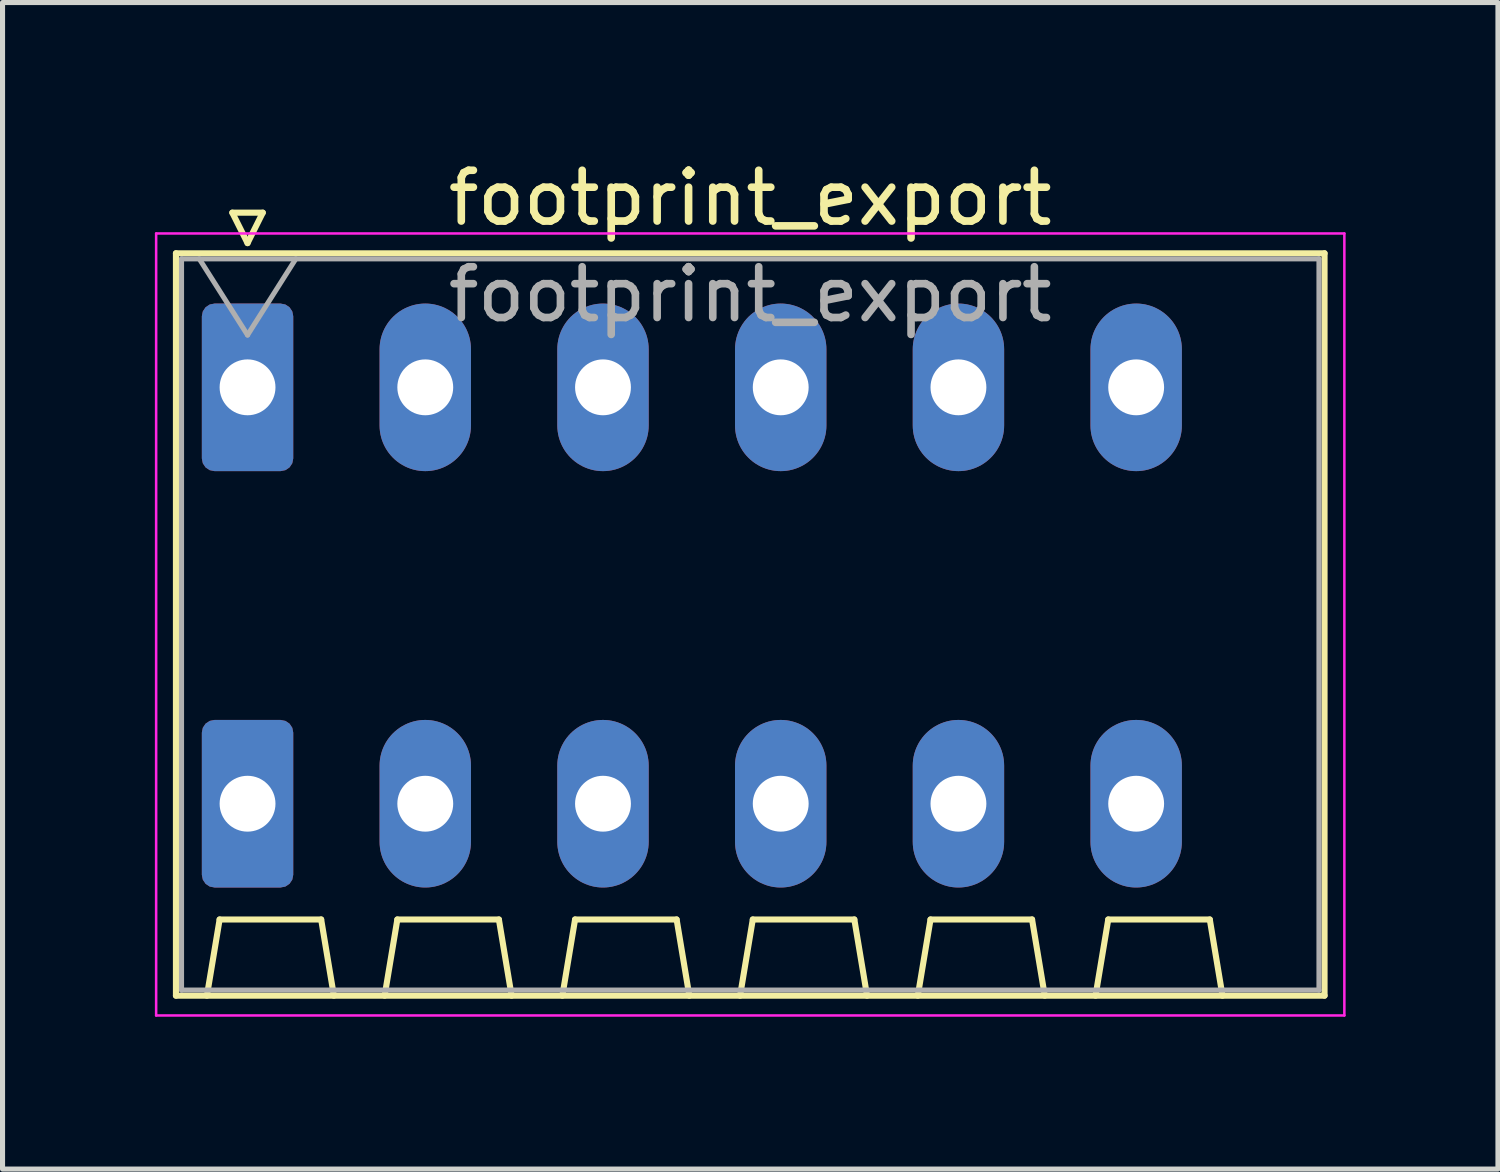
<source format=kicad_pcb>
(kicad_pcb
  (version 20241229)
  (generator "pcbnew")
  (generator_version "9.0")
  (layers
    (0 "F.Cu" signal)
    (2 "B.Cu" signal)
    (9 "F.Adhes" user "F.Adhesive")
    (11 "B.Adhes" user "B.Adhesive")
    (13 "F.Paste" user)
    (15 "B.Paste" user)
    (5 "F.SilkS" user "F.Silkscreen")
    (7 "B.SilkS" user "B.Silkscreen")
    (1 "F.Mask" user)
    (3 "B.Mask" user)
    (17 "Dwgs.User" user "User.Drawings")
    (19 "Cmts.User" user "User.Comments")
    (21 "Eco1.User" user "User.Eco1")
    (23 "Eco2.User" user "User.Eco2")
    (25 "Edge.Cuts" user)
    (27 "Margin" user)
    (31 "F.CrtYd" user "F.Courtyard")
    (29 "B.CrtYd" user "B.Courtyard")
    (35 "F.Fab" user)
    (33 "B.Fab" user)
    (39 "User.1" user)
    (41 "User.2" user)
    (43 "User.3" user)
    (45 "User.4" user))
  (footprint "footprint_export"
    (layer "F.Cu")
    (at 1.825 4.578)
    (property "Reference" "footprint_export" (at 9.9 -3.73 0) (layer "F.SilkS") (effects (font (size 1 1) (thickness 0.15))))
    (attr through_hole)
    (fp_line (start -1.41 -2.64) (end 21.21 -2.64) (stroke (width 0.12) (type solid)) (layer "F.SilkS"))
    (fp_line (start -1.41 11.98) (end -1.41 -2.64) (stroke (width 0.12) (type solid)) (layer "F.SilkS"))
    (fp_line (start -0.8 11.98) (end -0.55 10.48) (stroke (width 0.12) (type solid)) (layer "F.SilkS"))
    (fp_line (start -0.55 10.48) (end 1.45 10.48) (stroke (width 0.12) (type solid)) (layer "F.SilkS"))
    (fp_line (start -0.3 -3.44) (end 0 -2.84) (stroke (width 0.12) (type solid)) (layer "F.SilkS"))
    (fp_line (start -0.3 -3.44) (end 0.3 -3.44) (stroke (width 0.12) (type solid)) (layer "F.SilkS"))
    (fp_line (start 0.3 -3.44) (end 0 -2.84) (stroke (width 0.12) (type solid)) (layer "F.SilkS"))
    (fp_line (start 1.7 11.98) (end 1.45 10.48) (stroke (width 0.12) (type solid)) (layer "F.SilkS"))
    (fp_line (start 2.7 11.98) (end 2.95 10.48) (stroke (width 0.12) (type solid)) (layer "F.SilkS"))
    (fp_line (start 2.95 10.48) (end 4.95 10.48) (stroke (width 0.12) (type solid)) (layer "F.SilkS"))
    (fp_line (start 5.2 11.98) (end 4.95 10.48) (stroke (width 0.12) (type solid)) (layer "F.SilkS"))
    (fp_line (start 6.2 11.98) (end 6.45 10.48) (stroke (width 0.12) (type solid)) (layer "F.SilkS"))
    (fp_line (start 6.45 10.48) (end 8.45 10.48) (stroke (width 0.12) (type solid)) (layer "F.SilkS"))
    (fp_line (start 8.7 11.98) (end 8.45 10.48) (stroke (width 0.12) (type solid)) (layer "F.SilkS"))
    (fp_line (start 9.7 11.98) (end 9.95 10.48) (stroke (width 0.12) (type solid)) (layer "F.SilkS"))
    (fp_line (start 9.95 10.48) (end 11.95 10.48) (stroke (width 0.12) (type solid)) (layer "F.SilkS"))
    (fp_line (start 12.2 11.98) (end 11.95 10.48) (stroke (width 0.12) (type solid)) (layer "F.SilkS"))
    (fp_line (start 13.2 11.98) (end 13.45 10.48) (stroke (width 0.12) (type solid)) (layer "F.SilkS"))
    (fp_line (start 13.45 10.48) (end 15.45 10.48) (stroke (width 0.12) (type solid)) (layer "F.SilkS"))
    (fp_line (start 15.7 11.98) (end 15.45 10.48) (stroke (width 0.12) (type solid)) (layer "F.SilkS"))
    (fp_line (start 16.7 11.98) (end 16.95 10.48) (stroke (width 0.12) (type solid)) (layer "F.SilkS"))
    (fp_line (start 16.95 10.48) (end 18.95 10.48) (stroke (width 0.12) (type solid)) (layer "F.SilkS"))
    (fp_line (start 19.2 11.98) (end 18.95 10.48) (stroke (width 0.12) (type solid)) (layer "F.SilkS"))
    (fp_line (start 21.21 -2.64) (end 21.21 11.98) (stroke (width 0.12) (type solid)) (layer "F.SilkS"))
    (fp_line (start 21.21 11.98) (end -1.41 11.98) (stroke (width 0.12) (type solid)) (layer "F.SilkS"))
    (fp_line (start -1.8 -3.03) (end -1.8 12.37) (stroke (width 0.05) (type solid)) (layer "F.CrtYd"))
    (fp_line (start -1.8 12.37) (end 21.6 12.37) (stroke (width 0.05) (type solid)) (layer "F.CrtYd"))
    (fp_line (start 21.6 -3.03) (end -1.8 -3.03) (stroke (width 0.05) (type solid)) (layer "F.CrtYd"))
    (fp_line (start 21.6 12.37) (end 21.6 -3.03) (stroke (width 0.05) (type solid)) (layer "F.CrtYd"))
    (fp_line (start -1.3 -2.53) (end -1.3 11.87) (stroke (width 0.1) (type solid)) (layer "F.Fab"))
    (fp_line (start -1.3 11.87) (end 21.1 11.87) (stroke (width 0.1) (type solid)) (layer "F.Fab"))
    (fp_line (start -0.95 -2.53) (end 0 -1.03) (stroke (width 0.1) (type solid)) (layer "F.Fab"))
    (fp_line (start 0.95 -2.53) (end 0 -1.03) (stroke (width 0.1) (type solid)) (layer "F.Fab"))
    (fp_line (start 21.1 -2.53) (end -1.3 -2.53) (stroke (width 0.1) (type solid)) (layer "F.Fab"))
    (fp_line (start 21.1 11.87) (end 21.1 -2.53) (stroke (width 0.1) (type solid)) (layer "F.Fab"))
    (fp_text user "${REFERENCE}" (at 9.9 -1.83 0) (layer "F.Fab") (effects (font (size 1 1) (thickness 0.15))))
    (pad "1" thru_hole roundrect (at 0 0) (size 1.8 3.3) (drill 1.1) (layers "*.Cu" "*.Mask") (roundrect_rratio 0.139))
    (pad "1" thru_hole roundrect (at 0 8.2) (size 1.8 3.3) (drill 1.1) (layers "*.Cu" "*.Mask") (roundrect_rratio 0.139))
    (pad "2" thru_hole oval (at 3.5 0) (size 1.8 3.3) (drill 1.1) (layers "*.Cu" "*.Mask"))
    (pad "2" thru_hole oval (at 3.5 8.2) (size 1.8 3.3) (drill 1.1) (layers "*.Cu" "*.Mask"))
    (pad "3" thru_hole oval (at 7 0) (size 1.8 3.3) (drill 1.1) (layers "*.Cu" "*.Mask"))
    (pad "3" thru_hole oval (at 7 8.2) (size 1.8 3.3) (drill 1.1) (layers "*.Cu" "*.Mask"))
    (pad "4" thru_hole oval (at 10.5 0) (size 1.8 3.3) (drill 1.1) (layers "*.Cu" "*.Mask"))
    (pad "4" thru_hole oval (at 10.5 8.2) (size 1.8 3.3) (drill 1.1) (layers "*.Cu" "*.Mask"))
    (pad "5" thru_hole oval (at 14 0) (size 1.8 3.3) (drill 1.1) (layers "*.Cu" "*.Mask"))
    (pad "5" thru_hole oval (at 14 8.2) (size 1.8 3.3) (drill 1.1) (layers "*.Cu" "*.Mask"))
    (pad "6" thru_hole oval (at 17.5 0) (size 1.8 3.3) (drill 1.1) (layers "*.Cu" "*.Mask"))
    (pad "6" thru_hole oval (at 17.5 8.2) (size 1.8 3.3) (drill 1.1) (layers "*.Cu" "*.Mask")))
  (gr_rect
    (start -3 -3)
    (end 26.45 19.973)
    (stroke (width 0.1) (type default))
    (fill no)
    (layer "Edge.Cuts")))
</source>
